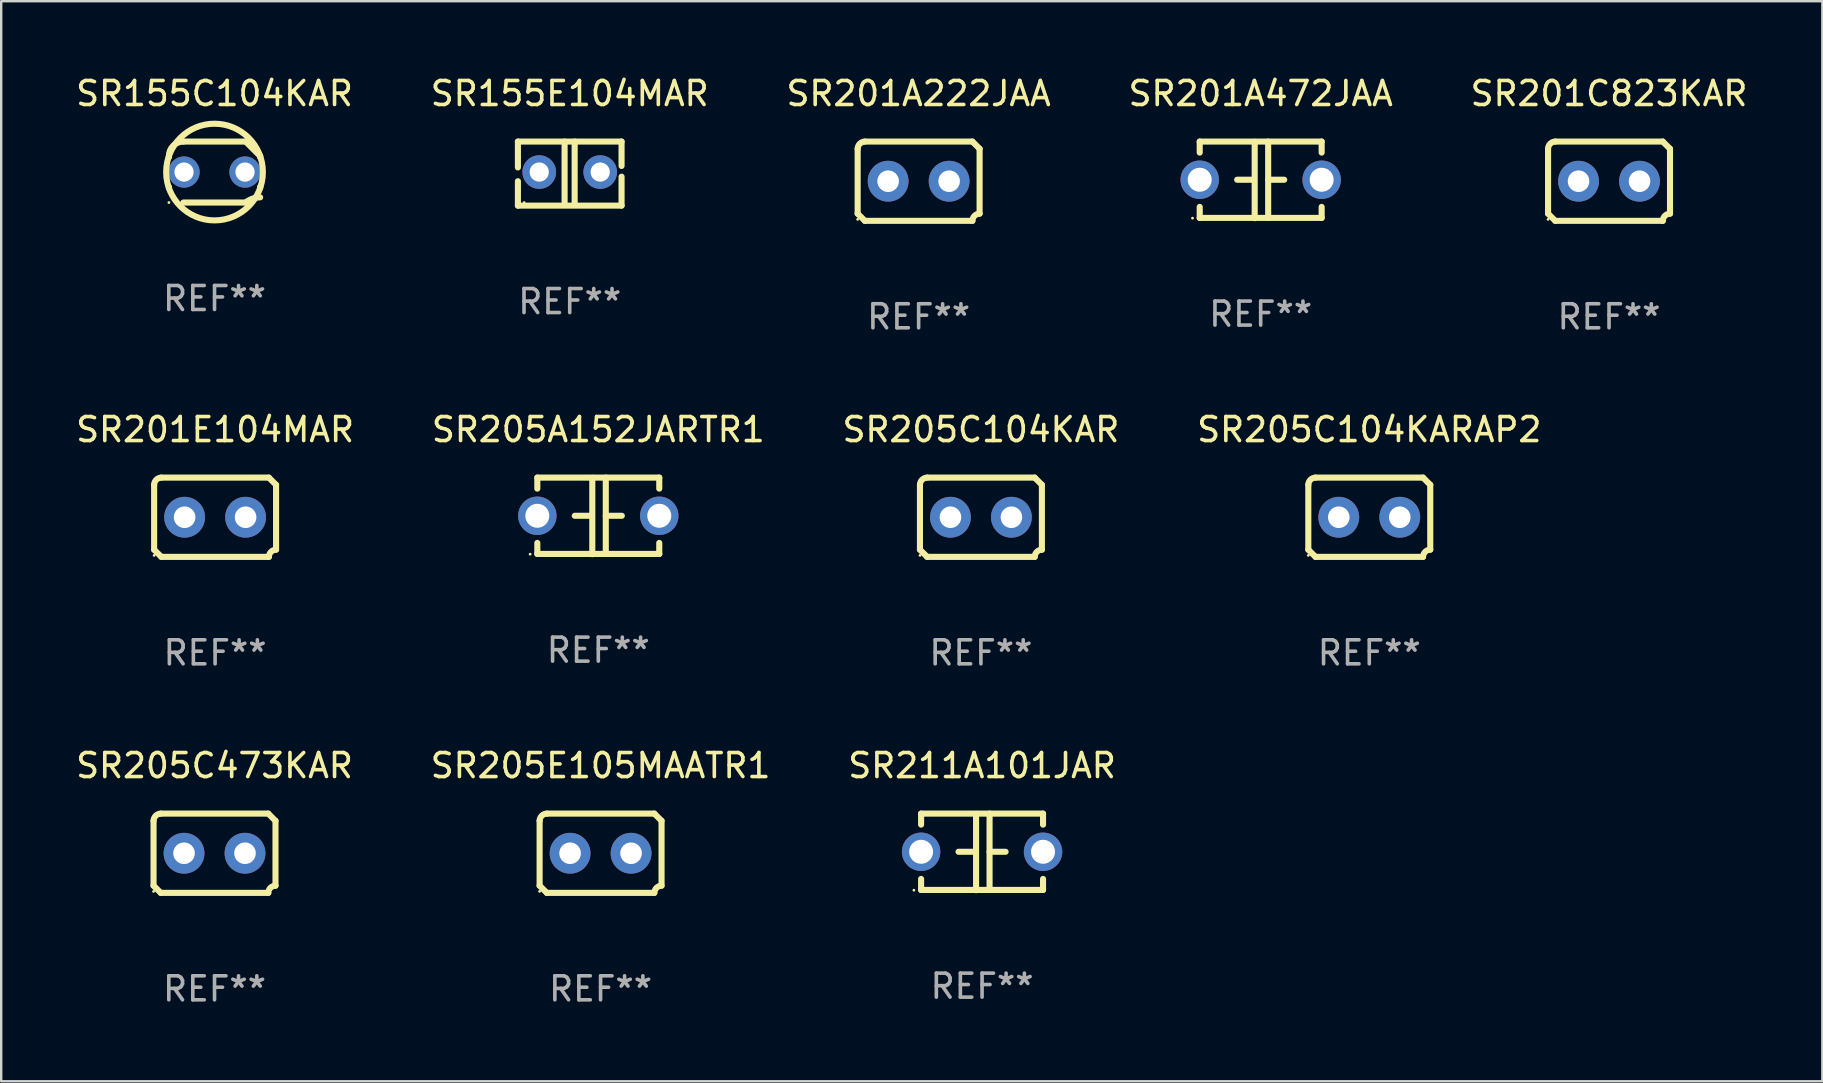
<source format=kicad_pcb>
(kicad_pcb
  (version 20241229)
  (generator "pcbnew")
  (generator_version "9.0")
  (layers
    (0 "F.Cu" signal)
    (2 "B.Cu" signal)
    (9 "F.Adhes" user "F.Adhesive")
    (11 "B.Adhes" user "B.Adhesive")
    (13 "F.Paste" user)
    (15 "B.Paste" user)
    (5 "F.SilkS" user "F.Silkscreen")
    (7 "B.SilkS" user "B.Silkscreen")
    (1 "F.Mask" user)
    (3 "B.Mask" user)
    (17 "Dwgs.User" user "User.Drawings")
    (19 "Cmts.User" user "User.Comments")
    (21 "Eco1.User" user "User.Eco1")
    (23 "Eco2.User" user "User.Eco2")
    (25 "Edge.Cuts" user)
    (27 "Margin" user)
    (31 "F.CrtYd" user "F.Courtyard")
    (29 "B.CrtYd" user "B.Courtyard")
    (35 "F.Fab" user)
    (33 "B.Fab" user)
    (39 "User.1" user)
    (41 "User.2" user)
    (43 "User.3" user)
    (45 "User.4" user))
  (footprint "SR205C104KARAP2"
    (layer "F.Cu")
    (at 53.994 18.498)
    (property "Reference" "SR205C104KARAP2" (at 0 -3.651 0) (layer "F.SilkS") (effects (font (size 1 1) (thickness 0.15))))
    (attr through_hole)
    (fp_line (start -2.54 -1.351) (end -2.54 1.351) (stroke (width 0.254) (type solid)) (layer "F.SilkS"))
    (fp_line (start -2.24 -1.651) (end 2.24 -1.651) (stroke (width 0.254) (type solid)) (layer "F.SilkS"))
    (fp_line (start 2.24 1.651) (end -2.24 1.651) (stroke (width 0.254) (type solid)) (layer "F.SilkS"))
    (fp_line (start 2.54 1.351) (end 2.54 -1.351) (stroke (width 0.254) (type solid)) (layer "F.SilkS"))
    (fp_arc (start -2.540005 -1.351283) (mid -2.450115 -1.561309) (end -2.240005 -1.651003) (stroke (width 0.254001) (type solid)) (layer "F.SilkS"))
    (fp_arc (start -2.240287 1.651001) (mid -2.390163 1.501019) (end -2.540005 1.351003) (stroke (width 0.254001) (type solid)) (layer "F.SilkS"))
    (fp_arc (start 2.240005 1.651003) (mid 2.329934 1.441015) (end 2.540005 1.351282) (stroke (width 0.254001) (type solid)) (layer "F.SilkS"))
    (fp_arc (start 2.540005 -1.351003) (mid 2.389393 -1.500252) (end 2.240284 -1.651003) (stroke (width 0.254001) (type solid)) (layer "F.SilkS"))
    (fp_circle (center -2.54 1.59) (end -2.51 1.59) (stroke (width 0.06) (type solid)) (fill no) (layer "F.SilkS"))
    (fp_text user "REF**" (at 0 5.651 0) (layer "F.Fab") (effects (font (size 1 1) (thickness 0.15))))
    (pad "1" thru_hole circle (at -1.27 0) (size 1.7 1.7) (drill 0.9) (layers "*.Cu" "*.Mask"))
    (pad "2" thru_hole circle (at 1.27 0) (size 1.7 1.7) (drill 0.9) (layers "*.Cu" "*.Mask")))
  (footprint "SR205C473KAR"
    (layer "F.Cu")
    (at 5.887 32.496)
    (property "Reference" "SR205C473KAR" (at 0 -3.651 0) (layer "F.SilkS") (effects (font (size 1 1) (thickness 0.15))))
    (attr through_hole)
    (fp_line (start -2.54 -1.351) (end -2.54 1.351) (stroke (width 0.254) (type solid)) (layer "F.SilkS"))
    (fp_line (start -2.24 -1.651) (end 2.24 -1.651) (stroke (width 0.254) (type solid)) (layer "F.SilkS"))
    (fp_line (start 2.24 1.651) (end -2.24 1.651) (stroke (width 0.254) (type solid)) (layer "F.SilkS"))
    (fp_line (start 2.54 1.351) (end 2.54 -1.351) (stroke (width 0.254) (type solid)) (layer "F.SilkS"))
    (fp_arc (start -2.540005 -1.351283) (mid -2.450115 -1.561309) (end -2.240005 -1.651003) (stroke (width 0.254001) (type solid)) (layer "F.SilkS"))
    (fp_arc (start -2.240287 1.651001) (mid -2.390163 1.501019) (end -2.540005 1.351003) (stroke (width 0.254001) (type solid)) (layer "F.SilkS"))
    (fp_arc (start 2.240005 1.651003) (mid 2.329934 1.441015) (end 2.540005 1.351282) (stroke (width 0.254001) (type solid)) (layer "F.SilkS"))
    (fp_arc (start 2.540005 -1.351003) (mid 2.389393 -1.500252) (end 2.240284 -1.651003) (stroke (width 0.254001) (type solid)) (layer "F.SilkS"))
    (fp_circle (center -2.54 1.59) (end -2.51 1.59) (stroke (width 0.06) (type solid)) (fill no) (layer "F.SilkS"))
    (fp_text user "REF**" (at 0 5.651 0) (layer "F.Fab") (effects (font (size 1 1) (thickness 0.15))))
    (pad "1" thru_hole circle (at -1.27 0) (size 1.7 1.7) (drill 0.9) (layers "*.Cu" "*.Mask"))
    (pad "2" thru_hole circle (at 1.27 0) (size 1.7 1.7) (drill 0.9) (layers "*.Cu" "*.Mask")))
  (footprint "SR205C104KAR"
    (layer "F.Cu")
    (at 37.815 18.498)
    (property "Reference" "SR205C104KAR" (at 0 -3.651 0) (layer "F.SilkS") (effects (font (size 1 1) (thickness 0.15))))
    (attr through_hole)
    (fp_line (start -2.54 -1.351) (end -2.54 1.351) (stroke (width 0.254) (type solid)) (layer "F.SilkS"))
    (fp_line (start -2.24 -1.651) (end 2.24 -1.651) (stroke (width 0.254) (type solid)) (layer "F.SilkS"))
    (fp_line (start 2.24 1.651) (end -2.24 1.651) (stroke (width 0.254) (type solid)) (layer "F.SilkS"))
    (fp_line (start 2.54 1.351) (end 2.54 -1.351) (stroke (width 0.254) (type solid)) (layer "F.SilkS"))
    (fp_arc (start -2.540005 -1.351283) (mid -2.450115 -1.561309) (end -2.240005 -1.651003) (stroke (width 0.254001) (type solid)) (layer "F.SilkS"))
    (fp_arc (start -2.240287 1.651001) (mid -2.390163 1.501019) (end -2.540005 1.351003) (stroke (width 0.254001) (type solid)) (layer "F.SilkS"))
    (fp_arc (start 2.240005 1.651003) (mid 2.329934 1.441015) (end 2.540005 1.351282) (stroke (width 0.254001) (type solid)) (layer "F.SilkS"))
    (fp_arc (start 2.540005 -1.351003) (mid 2.389393 -1.500252) (end 2.240284 -1.651003) (stroke (width 0.254001) (type solid)) (layer "F.SilkS"))
    (fp_circle (center -2.54 1.59) (end -2.51 1.59) (stroke (width 0.06) (type solid)) (fill no) (layer "F.SilkS"))
    (fp_text user "REF**" (at 0 5.651 0) (layer "F.Fab") (effects (font (size 1 1) (thickness 0.15))))
    (pad "1" thru_hole circle (at -1.27 0) (size 1.7 1.7) (drill 0.9) (layers "*.Cu" "*.Mask"))
    (pad "2" thru_hole circle (at 1.27 0) (size 1.7 1.7) (drill 0.9) (layers "*.Cu" "*.Mask")))
  (footprint "SR205E105MAATR1"
    (layer "F.Cu")
    (at 21.97 32.496)
    (property "Reference" "SR205E105MAATR1" (at 0 -3.651 0) (layer "F.SilkS") (effects (font (size 1 1) (thickness 0.15))))
    (attr through_hole)
    (fp_line (start -2.54 -1.351) (end -2.54 1.351) (stroke (width 0.254) (type solid)) (layer "F.SilkS"))
    (fp_line (start -2.24 -1.651) (end 2.24 -1.651) (stroke (width 0.254) (type solid)) (layer "F.SilkS"))
    (fp_line (start 2.24 1.651) (end -2.24 1.651) (stroke (width 0.254) (type solid)) (layer "F.SilkS"))
    (fp_line (start 2.54 1.351) (end 2.54 -1.351) (stroke (width 0.254) (type solid)) (layer "F.SilkS"))
    (fp_arc (start -2.540005 -1.351283) (mid -2.450115 -1.561309) (end -2.240005 -1.651003) (stroke (width 0.254001) (type solid)) (layer "F.SilkS"))
    (fp_arc (start -2.240287 1.651001) (mid -2.390163 1.501019) (end -2.540005 1.351003) (stroke (width 0.254001) (type solid)) (layer "F.SilkS"))
    (fp_arc (start 2.240005 1.651003) (mid 2.329934 1.441015) (end 2.540005 1.351282) (stroke (width 0.254001) (type solid)) (layer "F.SilkS"))
    (fp_arc (start 2.540005 -1.351003) (mid 2.389393 -1.500252) (end 2.240284 -1.651003) (stroke (width 0.254001) (type solid)) (layer "F.SilkS"))
    (fp_circle (center -2.54 1.59) (end -2.51 1.59) (stroke (width 0.06) (type solid)) (fill no) (layer "F.SilkS"))
    (fp_text user "REF**" (at 0 5.651 0) (layer "F.Fab") (effects (font (size 1 1) (thickness 0.15))))
    (pad "1" thru_hole circle (at -1.27 0) (size 1.7 1.7) (drill 0.9) (layers "*.Cu" "*.Mask"))
    (pad "2" thru_hole circle (at 1.27 0) (size 1.7 1.7) (drill 0.9) (layers "*.Cu" "*.Mask")))
  (footprint "SR155E104MAR"
    (layer "F.Cu")
    (at 20.685 4.182)
    (property "Reference" "SR155E104MAR" (at 0 -3.334 0) (layer "F.SilkS") (effects (font (size 1 1) (thickness 0.15))))
    (attr through_hole)
    (fp_line (start -2.159 -1.334) (end 2.159 -1.334) (stroke (width 0.254) (type solid)) (layer "F.SilkS"))
    (fp_line (start -2.159 -0.256) (end -2.159 -1.334) (stroke (width 0.254) (type solid)) (layer "F.SilkS"))
    (fp_line (start -2.159 1.334) (end -2.159 0.318) (stroke (width 0.254) (type solid)) (layer "F.SilkS"))
    (fp_line (start -0.214 -1.334) (end -0.214 1.207) (stroke (width 0.254) (type solid)) (layer "F.SilkS"))
    (fp_line (start 0.205 -1.334) (end 0.205 1.207) (stroke (width 0.254) (type solid)) (layer "F.SilkS"))
    (fp_line (start 2.159 -1.334) (end 2.159 -0.318) (stroke (width 0.254) (type solid)) (layer "F.SilkS"))
    (fp_line (start 2.159 0.129) (end 2.159 1.334) (stroke (width 0.254) (type solid)) (layer "F.SilkS"))
    (fp_line (start 2.159 1.334) (end -2.159 1.334) (stroke (width 0.254) (type solid)) (layer "F.SilkS"))
    (fp_circle (center -1.9 1.207) (end -1.87 1.207) (stroke (width 0.06) (type solid)) (fill no) (layer "F.SilkS"))
    (fp_text user "REF**" (at 0 5.334 0) (layer "F.Fab") (effects (font (size 1 1) (thickness 0.15))))
    (pad "1" thru_hole circle (at -1.27 -0.064) (size 1.4 1.4) (drill 0.8) (layers "*.Cu" "*.Mask"))
    (pad "2" thru_hole circle (at 1.27 -0.064) (size 1.4 1.4) (drill 0.8) (layers "*.Cu" "*.Mask")))
  (footprint "SR155C104KAR"
    (layer "F.Cu")
    (at 5.887 4.118)
    (property "Reference" "SR155C104KAR" (at 0 -3.27 0) (layer "F.SilkS") (effects (font (size 1 1) (thickness 0.15))))
    (attr through_hole)
    (fp_line (start -1.9 -0.615) (end -1.9 -0.668) (stroke (width 0.254) (type solid)) (layer "F.SilkS"))
    (fp_line (start -1.9 0.668) (end -1.9 0.615) (stroke (width 0.254) (type solid)) (layer "F.SilkS"))
    (fp_line (start -1.298 1.27) (end 1.298 1.27) (stroke (width 0.254) (type solid)) (layer "F.SilkS"))
    (fp_line (start -1.298 -1.27) (end 1.298 -1.27) (stroke (width 0.254) (type solid)) (layer "F.SilkS"))
    (fp_line (start 1.9 -0.668) (end 1.9 -0.615) (stroke (width 0.254) (type solid)) (layer "F.SilkS"))
    (fp_line (start 1.9 0.615) (end 1.9 0.668) (stroke (width 0.254) (type solid)) (layer "F.SilkS"))
    (fp_arc (start -1.900025 0.667602) (mid 1.900003 -0.66758) (end -1.900025 0.667602) (stroke (width 0.254001) (type solid)) (layer "F.SilkS"))
    (fp_arc (start -1.9 -0.667602) (mid -1.723557 -1.093572) (end -1.297587 -1.270015) (stroke (width 0.254001) (type solid)) (layer "F.SilkS"))
    (fp_arc (start 1.297587 1.26999) (mid 1.579878 1.109027) (end 1.9 1.053172) (stroke (width 0.254001) (type solid)) (layer "F.SilkS"))
    (fp_arc (start 1.297611 -1.270042) (mid 1.598991 -0.969008) (end 1.900025 -0.667628) (stroke (width 0.254001) (type solid)) (layer "F.SilkS"))
    (fp_circle (center -1.9 1.27) (end -1.87 1.27) (stroke (width 0.06) (type solid)) (fill no) (layer "F.SilkS"))
    (fp_text user "REF**" (at 0 5.27 0) (layer "F.Fab") (effects (font (size 1 1) (thickness 0.15))))
    (pad "1" thru_hole circle (at -1.27 -0.000013) (size 1.3 1.3) (drill 0.8) (layers "*.Cu" "*.Mask"))
    (pad "2" thru_hole circle (at 1.27 -0.000013) (size 1.3 1.3) (drill 0.8) (layers "*.Cu" "*.Mask")))
  (footprint "SR201A472JAA"
    (layer "F.Cu")
    (at 49.47 4.443)
    (property "Reference" "SR201A472JAA" (at 0 -3.595 0) (layer "F.SilkS") (effects (font (size 1 1) (thickness 0.15))))
    (attr through_hole)
    (fp_line (start -2.54 -1.595) (end -2.54 -1.136) (stroke (width 0.254) (type solid)) (layer "F.SilkS"))
    (fp_line (start -2.54 -1.595) (end 2.54 -1.595) (stroke (width 0.254) (type solid)) (layer "F.SilkS"))
    (fp_line (start -2.54 1.126) (end -2.54 1.585) (stroke (width 0.254) (type solid)) (layer "F.SilkS"))
    (fp_line (start -0.312 -0.005) (end -0.98 -0.005) (stroke (width 0.254) (type solid)) (layer "F.SilkS"))
    (fp_line (start -0.25 -1.585) (end -0.25 1.595) (stroke (width 0.254) (type solid)) (layer "F.SilkS"))
    (fp_line (start 0.312 -1.595) (end 0.312 1.585) (stroke (width 0.254) (type solid)) (layer "F.SilkS"))
    (fp_line (start 0.312 -0.005) (end 0.98 -0.005) (stroke (width 0.254) (type solid)) (layer "F.SilkS"))
    (fp_line (start 2.54 -1.595) (end 2.54 -1.136) (stroke (width 0.254) (type solid)) (layer "F.SilkS"))
    (fp_line (start 2.54 1.126) (end 2.54 1.585) (stroke (width 0.254) (type solid)) (layer "F.SilkS"))
    (fp_line (start 2.54 1.585) (end -2.54 1.585) (stroke (width 0.254) (type solid)) (layer "F.SilkS"))
    (fp_circle (center -2.84 1.595) (end -2.81 1.595) (stroke (width 0.06) (type solid)) (fill no) (layer "F.SilkS"))
    (fp_text user "REF**" (at 0 5.595 0) (layer "F.Fab") (effects (font (size 1 1) (thickness 0.15))))
    (pad "1" thru_hole circle (at -2.54 -0.005) (size 1.6 1.6) (drill 1) (layers "*.Cu" "*.Mask"))
    (pad "2" thru_hole circle (at 2.54 -0.005) (size 1.6 1.6) (drill 1) (layers "*.Cu" "*.Mask")))
  (footprint "SR201A222JAA"
    (layer "F.Cu")
    (at 35.22 4.499)
    (property "Reference" "SR201A222JAA" (at 0 -3.651 0) (layer "F.SilkS") (effects (font (size 1 1) (thickness 0.15))))
    (attr through_hole)
    (fp_line (start -2.54 -1.351) (end -2.54 1.351) (stroke (width 0.254) (type solid)) (layer "F.SilkS"))
    (fp_line (start -2.24 -1.651) (end 2.24 -1.651) (stroke (width 0.254) (type solid)) (layer "F.SilkS"))
    (fp_line (start 2.24 1.651) (end -2.24 1.651) (stroke (width 0.254) (type solid)) (layer "F.SilkS"))
    (fp_line (start 2.54 1.351) (end 2.54 -1.351) (stroke (width 0.254) (type solid)) (layer "F.SilkS"))
    (fp_arc (start -2.540005 -1.351283) (mid -2.450115 -1.561309) (end -2.240005 -1.651003) (stroke (width 0.254001) (type solid)) (layer "F.SilkS"))
    (fp_arc (start -2.240287 1.651001) (mid -2.390163 1.501019) (end -2.540005 1.351003) (stroke (width 0.254001) (type solid)) (layer "F.SilkS"))
    (fp_arc (start 2.240005 1.651003) (mid 2.329934 1.441015) (end 2.540005 1.351282) (stroke (width 0.254001) (type solid)) (layer "F.SilkS"))
    (fp_arc (start 2.540005 -1.351003) (mid 2.389393 -1.500252) (end 2.240284 -1.651003) (stroke (width 0.254001) (type solid)) (layer "F.SilkS"))
    (fp_circle (center -2.54 1.59) (end -2.51 1.59) (stroke (width 0.06) (type solid)) (fill no) (layer "F.SilkS"))
    (fp_text user "REF**" (at 0 5.651 0) (layer "F.Fab") (effects (font (size 1 1) (thickness 0.15))))
    (pad "1" thru_hole circle (at -1.27 0) (size 1.7 1.7) (drill 0.9) (layers "*.Cu" "*.Mask"))
    (pad "2" thru_hole circle (at 1.27 0) (size 1.7 1.7) (drill 0.9) (layers "*.Cu" "*.Mask")))
  (footprint "SR211A101JAR"
    (layer "F.Cu")
    (at 37.863 32.44)
    (property "Reference" "SR211A101JAR" (at 0 -3.595 0) (layer "F.SilkS") (effects (font (size 1 1) (thickness 0.15))))
    (attr through_hole)
    (fp_line (start -2.54 -1.595) (end -2.54 -1.136) (stroke (width 0.254) (type solid)) (layer "F.SilkS"))
    (fp_line (start -2.54 -1.595) (end 2.54 -1.595) (stroke (width 0.254) (type solid)) (layer "F.SilkS"))
    (fp_line (start -2.54 1.126) (end -2.54 1.585) (stroke (width 0.254) (type solid)) (layer "F.SilkS"))
    (fp_line (start -0.312 -0.005) (end -0.98 -0.005) (stroke (width 0.254) (type solid)) (layer "F.SilkS"))
    (fp_line (start -0.25 -1.585) (end -0.25 1.595) (stroke (width 0.254) (type solid)) (layer "F.SilkS"))
    (fp_line (start 0.312 -1.595) (end 0.312 1.585) (stroke (width 0.254) (type solid)) (layer "F.SilkS"))
    (fp_line (start 0.312 -0.005) (end 0.98 -0.005) (stroke (width 0.254) (type solid)) (layer "F.SilkS"))
    (fp_line (start 2.54 -1.595) (end 2.54 -1.136) (stroke (width 0.254) (type solid)) (layer "F.SilkS"))
    (fp_line (start 2.54 1.126) (end 2.54 1.585) (stroke (width 0.254) (type solid)) (layer "F.SilkS"))
    (fp_line (start 2.54 1.585) (end -2.54 1.585) (stroke (width 0.254) (type solid)) (layer "F.SilkS"))
    (fp_circle (center -2.84 1.595) (end -2.81 1.595) (stroke (width 0.06) (type solid)) (fill no) (layer "F.SilkS"))
    (fp_text user "REF**" (at 0 5.595 0) (layer "F.Fab") (effects (font (size 1 1) (thickness 0.15))))
    (pad "1" thru_hole circle (at -2.54 -0.005) (size 1.6 1.6) (drill 1) (layers "*.Cu" "*.Mask"))
    (pad "2" thru_hole circle (at 2.54 -0.005) (size 1.6 1.6) (drill 1) (layers "*.Cu" "*.Mask")))
  (footprint "SR201E104MAR"
    (layer "F.Cu")
    (at 5.911 18.498)
    (property "Reference" "SR201E104MAR" (at 0 -3.651 0) (layer "F.SilkS") (effects (font (size 1 1) (thickness 0.15))))
    (attr through_hole)
    (fp_line (start -2.54 -1.351) (end -2.54 1.351) (stroke (width 0.254) (type solid)) (layer "F.SilkS"))
    (fp_line (start -2.24 -1.651) (end 2.24 -1.651) (stroke (width 0.254) (type solid)) (layer "F.SilkS"))
    (fp_line (start 2.24 1.651) (end -2.24 1.651) (stroke (width 0.254) (type solid)) (layer "F.SilkS"))
    (fp_line (start 2.54 1.351) (end 2.54 -1.351) (stroke (width 0.254) (type solid)) (layer "F.SilkS"))
    (fp_arc (start -2.540005 -1.351283) (mid -2.450115 -1.561309) (end -2.240005 -1.651003) (stroke (width 0.254001) (type solid)) (layer "F.SilkS"))
    (fp_arc (start -2.240287 1.651001) (mid -2.390163 1.501019) (end -2.540005 1.351003) (stroke (width 0.254001) (type solid)) (layer "F.SilkS"))
    (fp_arc (start 2.240005 1.651003) (mid 2.329934 1.441015) (end 2.540005 1.351282) (stroke (width 0.254001) (type solid)) (layer "F.SilkS"))
    (fp_arc (start 2.540005 -1.351003) (mid 2.389393 -1.500252) (end 2.240284 -1.651003) (stroke (width 0.254001) (type solid)) (layer "F.SilkS"))
    (fp_circle (center -2.54 1.59) (end -2.51 1.59) (stroke (width 0.06) (type solid)) (fill no) (layer "F.SilkS"))
    (fp_text user "REF**" (at 0 5.651 0) (layer "F.Fab") (effects (font (size 1 1) (thickness 0.15))))
    (pad "1" thru_hole circle (at -1.27 0) (size 1.7 1.7) (drill 0.9) (layers "*.Cu" "*.Mask"))
    (pad "2" thru_hole circle (at 1.27 0) (size 1.7 1.7) (drill 0.9) (layers "*.Cu" "*.Mask")))
  (footprint "SR205A152JARTR1"
    (layer "F.Cu")
    (at 21.875 18.442)
    (property "Reference" "SR205A152JARTR1" (at 0 -3.595 0) (layer "F.SilkS") (effects (font (size 1 1) (thickness 0.15))))
    (attr through_hole)
    (fp_line (start -2.54 -1.595) (end -2.54 -1.136) (stroke (width 0.254) (type solid)) (layer "F.SilkS"))
    (fp_line (start -2.54 -1.595) (end 2.54 -1.595) (stroke (width 0.254) (type solid)) (layer "F.SilkS"))
    (fp_line (start -2.54 1.126) (end -2.54 1.585) (stroke (width 0.254) (type solid)) (layer "F.SilkS"))
    (fp_line (start -0.312 -0.005) (end -0.98 -0.005) (stroke (width 0.254) (type solid)) (layer "F.SilkS"))
    (fp_line (start -0.25 -1.585) (end -0.25 1.595) (stroke (width 0.254) (type solid)) (layer "F.SilkS"))
    (fp_line (start 0.312 -1.595) (end 0.312 1.585) (stroke (width 0.254) (type solid)) (layer "F.SilkS"))
    (fp_line (start 0.312 -0.005) (end 0.98 -0.005) (stroke (width 0.254) (type solid)) (layer "F.SilkS"))
    (fp_line (start 2.54 -1.595) (end 2.54 -1.136) (stroke (width 0.254) (type solid)) (layer "F.SilkS"))
    (fp_line (start 2.54 1.126) (end 2.54 1.585) (stroke (width 0.254) (type solid)) (layer "F.SilkS"))
    (fp_line (start 2.54 1.585) (end -2.54 1.585) (stroke (width 0.254) (type solid)) (layer "F.SilkS"))
    (fp_circle (center -2.84 1.595) (end -2.81 1.595) (stroke (width 0.06) (type solid)) (fill no) (layer "F.SilkS"))
    (fp_text user "REF**" (at 0 5.595 0) (layer "F.Fab") (effects (font (size 1 1) (thickness 0.15))))
    (pad "1" thru_hole circle (at -2.54 -0.005) (size 1.6 1.6) (drill 1) (layers "*.Cu" "*.Mask"))
    (pad "2" thru_hole circle (at 2.54 -0.005) (size 1.6 1.6) (drill 1) (layers "*.Cu" "*.Mask")))
  (footprint "SR201C823KAR"
    (layer "F.Cu")
    (at 63.982 4.499)
    (property "Reference" "SR201C823KAR" (at 0 -3.651 0) (layer "F.SilkS") (effects (font (size 1 1) (thickness 0.15))))
    (attr through_hole)
    (fp_line (start -2.54 -1.351) (end -2.54 1.351) (stroke (width 0.254) (type solid)) (layer "F.SilkS"))
    (fp_line (start -2.24 -1.651) (end 2.24 -1.651) (stroke (width 0.254) (type solid)) (layer "F.SilkS"))
    (fp_line (start 2.24 1.651) (end -2.24 1.651) (stroke (width 0.254) (type solid)) (layer "F.SilkS"))
    (fp_line (start 2.54 1.351) (end 2.54 -1.351) (stroke (width 0.254) (type solid)) (layer "F.SilkS"))
    (fp_arc (start -2.540005 -1.351283) (mid -2.450115 -1.561309) (end -2.240005 -1.651003) (stroke (width 0.254001) (type solid)) (layer "F.SilkS"))
    (fp_arc (start -2.240287 1.651001) (mid -2.390163 1.501019) (end -2.540005 1.351003) (stroke (width 0.254001) (type solid)) (layer "F.SilkS"))
    (fp_arc (start 2.240005 1.651003) (mid 2.329934 1.441015) (end 2.540005 1.351282) (stroke (width 0.254001) (type solid)) (layer "F.SilkS"))
    (fp_arc (start 2.540005 -1.351003) (mid 2.389393 -1.500252) (end 2.240284 -1.651003) (stroke (width 0.254001) (type solid)) (layer "F.SilkS"))
    (fp_circle (center -2.54 1.59) (end -2.51 1.59) (stroke (width 0.06) (type solid)) (fill no) (layer "F.SilkS"))
    (fp_text user "REF**" (at 0 5.651 0) (layer "F.Fab") (effects (font (size 1 1) (thickness 0.15))))
    (pad "1" thru_hole circle (at -1.27 0) (size 1.7 1.7) (drill 0.9) (layers "*.Cu" "*.Mask"))
    (pad "2" thru_hole circle (at 1.27 0) (size 1.7 1.7) (drill 0.9) (layers "*.Cu" "*.Mask")))
  (gr_rect
    (start -3 -3)
    (end 72.869 41.996)
    (stroke (width 0.1) (type default))
    (fill no)
    (layer "Edge.Cuts")))
</source>
